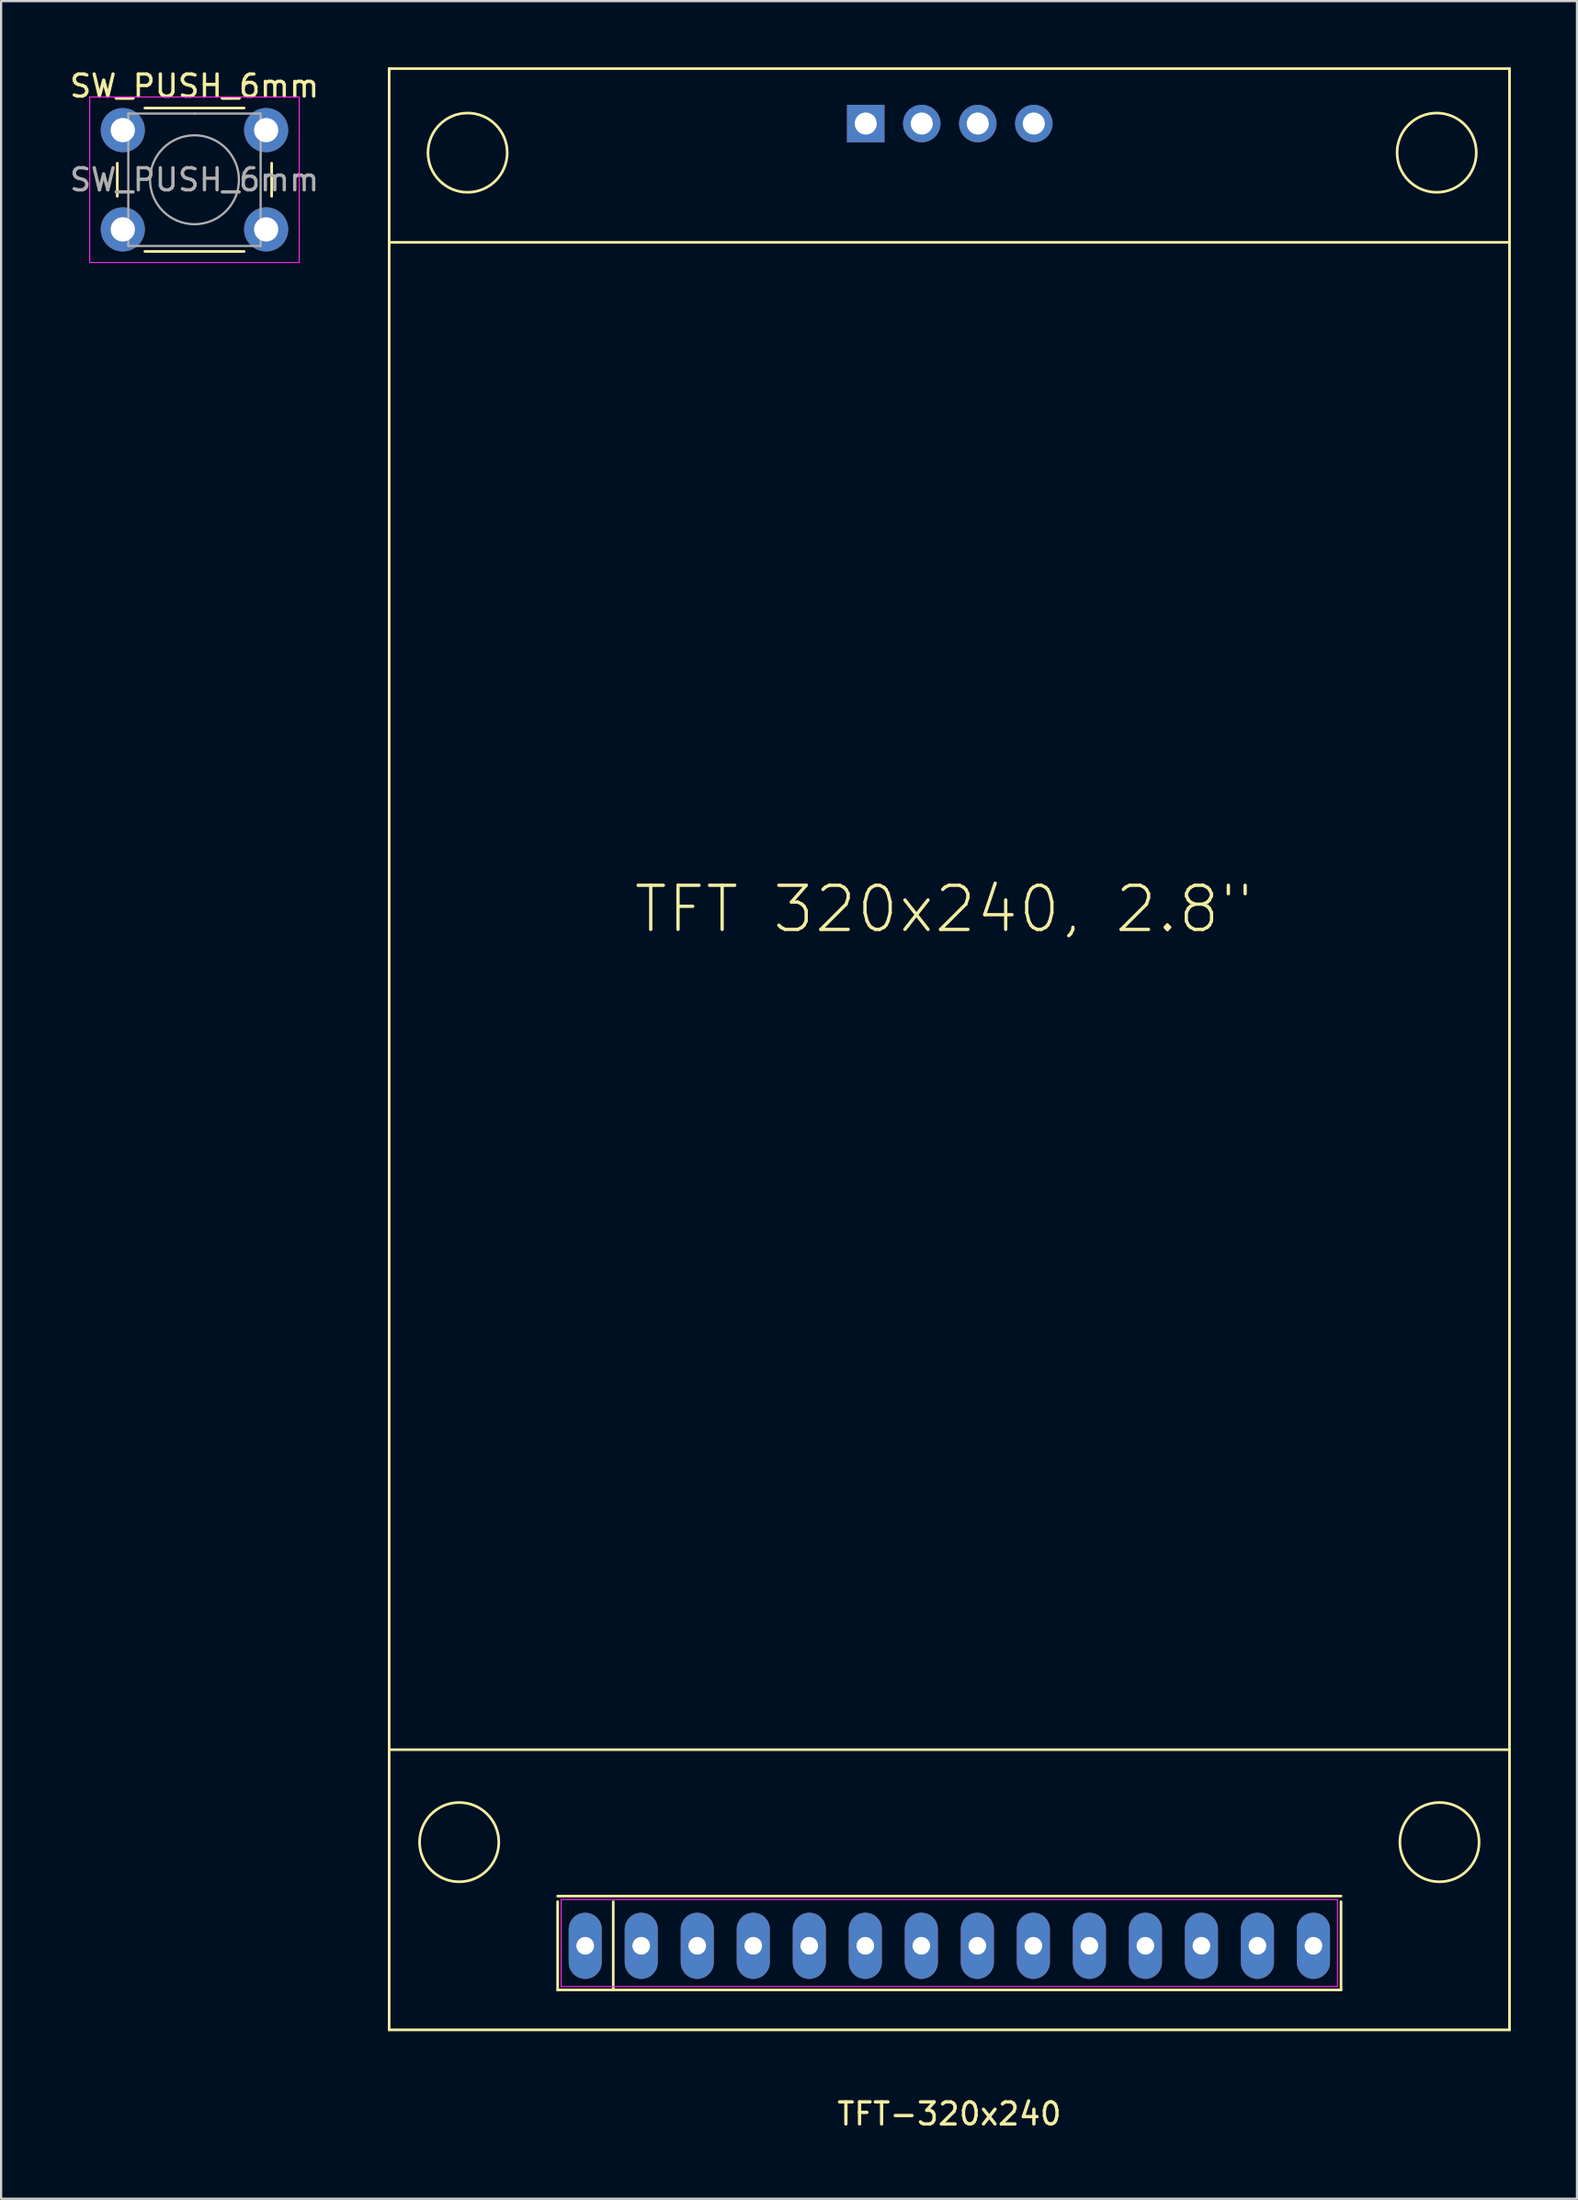
<source format=kicad_pcb>
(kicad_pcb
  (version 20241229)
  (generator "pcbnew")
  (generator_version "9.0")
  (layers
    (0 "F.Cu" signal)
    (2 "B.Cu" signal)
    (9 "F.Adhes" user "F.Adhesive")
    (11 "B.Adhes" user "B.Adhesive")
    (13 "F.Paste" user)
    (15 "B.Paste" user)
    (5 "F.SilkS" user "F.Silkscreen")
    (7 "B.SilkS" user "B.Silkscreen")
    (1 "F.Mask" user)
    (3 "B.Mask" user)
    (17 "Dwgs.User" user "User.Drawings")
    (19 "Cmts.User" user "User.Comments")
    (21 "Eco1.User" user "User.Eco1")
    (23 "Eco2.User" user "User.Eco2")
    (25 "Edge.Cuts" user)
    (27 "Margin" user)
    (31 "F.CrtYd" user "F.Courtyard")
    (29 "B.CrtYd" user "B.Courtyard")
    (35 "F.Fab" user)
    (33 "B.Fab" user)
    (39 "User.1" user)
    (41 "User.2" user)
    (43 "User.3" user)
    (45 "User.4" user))
  (footprint "TFT-320x240"
    (layer "F.Cu")
    (at 39.996 85.15)
    (property "Reference" "TFT-320x240" (at 0 7.62 0) (layer "F.SilkS") (effects (font (size 1 1) (thickness 0.15))))
    (attr through_hole)
    (fp_line (start -25.4 -85.09) (end -25.4 3.81) (stroke (width 0.12) (type solid)) (layer "F.SilkS"))
    (fp_line (start -25.4 -77.216) (end 25.4 -77.216) (stroke (width 0.12) (type solid)) (layer "F.SilkS"))
    (fp_line (start -25.4 -8.89) (end 25.4 -8.89) (stroke (width 0.12) (type solid)) (layer "F.SilkS"))
    (fp_line (start -25.4 3.81) (end 25.4 3.81) (stroke (width 0.12) (type solid)) (layer "F.SilkS"))
    (fp_line (start -17.76 -2.254) (end 17.76 -2.254) (stroke (width 0.12) (type solid)) (layer "F.SilkS"))
    (fp_line (start -17.76 2) (end -17.76 -2) (stroke (width 0.12) (type solid)) (layer "F.SilkS"))
    (fp_line (start -15.24 -2) (end -15.24 2) (stroke (width 0.12) (type solid)) (layer "F.SilkS"))
    (fp_line (start 17.76 -2) (end 17.76 2) (stroke (width 0.12) (type solid)) (layer "F.SilkS"))
    (fp_line (start 17.76 2) (end -17.76 2) (stroke (width 0.12) (type solid)) (layer "F.SilkS"))
    (fp_line (start 25.4 -85.09) (end -25.4 -85.09) (stroke (width 0.12) (type solid)) (layer "F.SilkS"))
    (fp_line (start 25.4 3.81) (end 25.4 -85.09) (stroke (width 0.12) (type solid)) (layer "F.SilkS"))
    (fp_circle (center -22.225 -4.699) (end -23.495 -3.429) (stroke (width 0.12) (type solid)) (fill no) (layer "F.SilkS"))
    (fp_circle (center -21.844 -81.28) (end -23.114 -82.55) (stroke (width 0.12) (type solid)) (fill no) (layer "F.SilkS"))
    (fp_circle (center 22.098 -81.28) (end 20.828 -80.01) (stroke (width 0.12) (type solid)) (fill no) (layer "F.SilkS"))
    (fp_circle (center 22.225 -4.699) (end 20.955 -3.429) (stroke (width 0.12) (type solid)) (fill no) (layer "F.SilkS"))
    (fp_rect (start -17.6 -2.1) (end 17.6 1.85) (stroke (width 0.05) (type default)) (fill no) (layer "F.CrtYd"))
    (fp_text user "TFT 320x240, 2.8\"" (at -0.254 -46.99 0) (layer "F.SilkS") (effects (font (size 2 2) (thickness 0.15))))
    (pad "1" thru_hole oval (at -16.51 0) (size 1.5 3) (drill 0.8) (layers "*.Cu" "*.Mask"))
    (pad "2" thru_hole oval (at -13.97 0) (size 1.5 3) (drill 0.8) (layers "*.Cu" "*.Mask"))
    (pad "3" thru_hole oval (at -11.43 0) (size 1.5 3) (drill 0.8) (layers "*.Cu" "*.Mask"))
    (pad "4" thru_hole oval (at -8.89 0) (size 1.5 3) (drill 0.8) (layers "*.Cu" "*.Mask"))
    (pad "5" thru_hole oval (at -6.35 0) (size 1.5 3) (drill 0.8) (layers "*.Cu" "*.Mask"))
    (pad "6" thru_hole oval (at -3.81 0) (size 1.5 3) (drill 0.8) (layers "*.Cu" "*.Mask"))
    (pad "7" thru_hole oval (at -1.27 0) (size 1.5 3) (drill 0.8) (layers "*.Cu" "*.Mask"))
    (pad "8" thru_hole oval (at 1.27 0) (size 1.5 3) (drill 0.8) (layers "*.Cu" "*.Mask"))
    (pad "9" thru_hole oval (at 3.81 0) (size 1.5 3) (drill 0.8) (layers "*.Cu" "*.Mask"))
    (pad "10" thru_hole oval (at 6.35 0) (size 1.5 3) (drill 0.8) (layers "*.Cu" "*.Mask"))
    (pad "11" thru_hole oval (at 8.89 0) (size 1.5 3) (drill 0.8) (layers "*.Cu" "*.Mask"))
    (pad "12" thru_hole oval (at 11.43 0) (size 1.5 3) (drill 0.8) (layers "*.Cu" "*.Mask"))
    (pad "13" thru_hole oval (at 13.97 0) (size 1.5 3) (drill 0.8) (layers "*.Cu" "*.Mask"))
    (pad "14" thru_hole oval (at 16.51 0) (size 1.5 3) (drill 0.8) (layers "*.Cu" "*.Mask"))
    (pad "15" thru_hole rect (at -3.79 -82.6 90) (size 1.7 1.7) (drill 1) (layers "*.Cu" "*.Mask"))
    (pad "16" thru_hole oval (at -1.25 -82.6 90) (size 1.7 1.7) (drill 1) (layers "*.Cu" "*.Mask"))
    (pad "17" thru_hole oval (at 1.29 -82.6 90) (size 1.7 1.7) (drill 1) (layers "*.Cu" "*.Mask"))
    (pad "18" thru_hole oval (at 3.83 -82.6 90) (size 1.7 1.7) (drill 1) (layers "*.Cu" "*.Mask")))
  (footprint "SW_PUSH_6mm"
    (layer "F.Cu")
    (at 5.768 5.098)
    (property "Reference" "SW_PUSH_6mm" (at 0 -4.25 0) (layer "F.SilkS") (effects (font (size 1 1) (thickness 0.15))))
    (attr through_hole)
    (fp_line (start -3.5 -0.75) (end -3.5 0.75) (stroke (width 0.12) (type solid)) (layer "F.SilkS"))
    (fp_line (start -2.25 3.25) (end 2.25 3.25) (stroke (width 0.12) (type solid)) (layer "F.SilkS"))
    (fp_line (start 2.25 -3.25) (end -2.25 -3.25) (stroke (width 0.12) (type solid)) (layer "F.SilkS"))
    (fp_line (start 3.5 0.75) (end 3.5 -0.75) (stroke (width 0.12) (type solid)) (layer "F.SilkS"))
    (fp_line (start -4.75 -3.75) (end -4.5 -3.75) (stroke (width 0.05) (type solid)) (layer "F.CrtYd"))
    (fp_line (start -4.75 -3.5) (end -4.75 -3.75) (stroke (width 0.05) (type solid)) (layer "F.CrtYd"))
    (fp_line (start -4.75 3.5) (end -4.75 -3.5) (stroke (width 0.05) (type solid)) (layer "F.CrtYd"))
    (fp_line (start -4.75 3.5) (end -4.75 3.75) (stroke (width 0.05) (type solid)) (layer "F.CrtYd"))
    (fp_line (start -4.75 3.75) (end -4.5 3.75) (stroke (width 0.05) (type solid)) (layer "F.CrtYd"))
    (fp_line (start -4.5 -3.75) (end 4.5 -3.75) (stroke (width 0.05) (type solid)) (layer "F.CrtYd"))
    (fp_line (start 4.5 -3.75) (end 4.75 -3.75) (stroke (width 0.05) (type solid)) (layer "F.CrtYd"))
    (fp_line (start 4.5 3.75) (end -4.5 3.75) (stroke (width 0.05) (type solid)) (layer "F.CrtYd"))
    (fp_line (start 4.5 3.75) (end 4.75 3.75) (stroke (width 0.05) (type solid)) (layer "F.CrtYd"))
    (fp_line (start 4.75 -3.75) (end 4.75 -3.5) (stroke (width 0.05) (type solid)) (layer "F.CrtYd"))
    (fp_line (start 4.75 -3.5) (end 4.75 3.5) (stroke (width 0.05) (type solid)) (layer "F.CrtYd"))
    (fp_line (start 4.75 3.75) (end 4.75 3.5) (stroke (width 0.05) (type solid)) (layer "F.CrtYd"))
    (fp_line (start -3 -3) (end 0 -3) (stroke (width 0.1) (type solid)) (layer "F.Fab"))
    (fp_line (start -3 3) (end -3 -3) (stroke (width 0.1) (type solid)) (layer "F.Fab"))
    (fp_line (start 0 -3) (end 3 -3) (stroke (width 0.1) (type solid)) (layer "F.Fab"))
    (fp_line (start 3 -3) (end 3 3) (stroke (width 0.1) (type solid)) (layer "F.Fab"))
    (fp_line (start 3 3) (end -3 3) (stroke (width 0.1) (type solid)) (layer "F.Fab"))
    (fp_circle (center 0 0) (end -2 0.25) (stroke (width 0.1) (type solid)) (fill no) (layer "F.Fab"))
    (fp_text user "${REFERENCE}" (at 0 0 0) (layer "F.Fab") (effects (font (size 1 1) (thickness 0.15))))
    (pad "1" thru_hole circle (at -3.25 -2.25 90) (size 2 2) (drill 1.1) (layers "*.Cu" "*.Mask"))
    (pad "1" thru_hole circle (at 3.25 -2.25 90) (size 2 2) (drill 1.1) (layers "*.Cu" "*.Mask"))
    (pad "2" thru_hole circle (at -3.25 2.25 90) (size 2 2) (drill 1.1) (layers "*.Cu" "*.Mask"))
    (pad "2" thru_hole circle (at 3.25 2.25 90) (size 2 2) (drill 1.1) (layers "*.Cu" "*.Mask")))
  (gr_rect
    (start -3 -3)
    (end 68.456 96.618)
    (stroke (width 0.1) (type default))
    (fill no)
    (layer "Edge.Cuts")))
</source>
